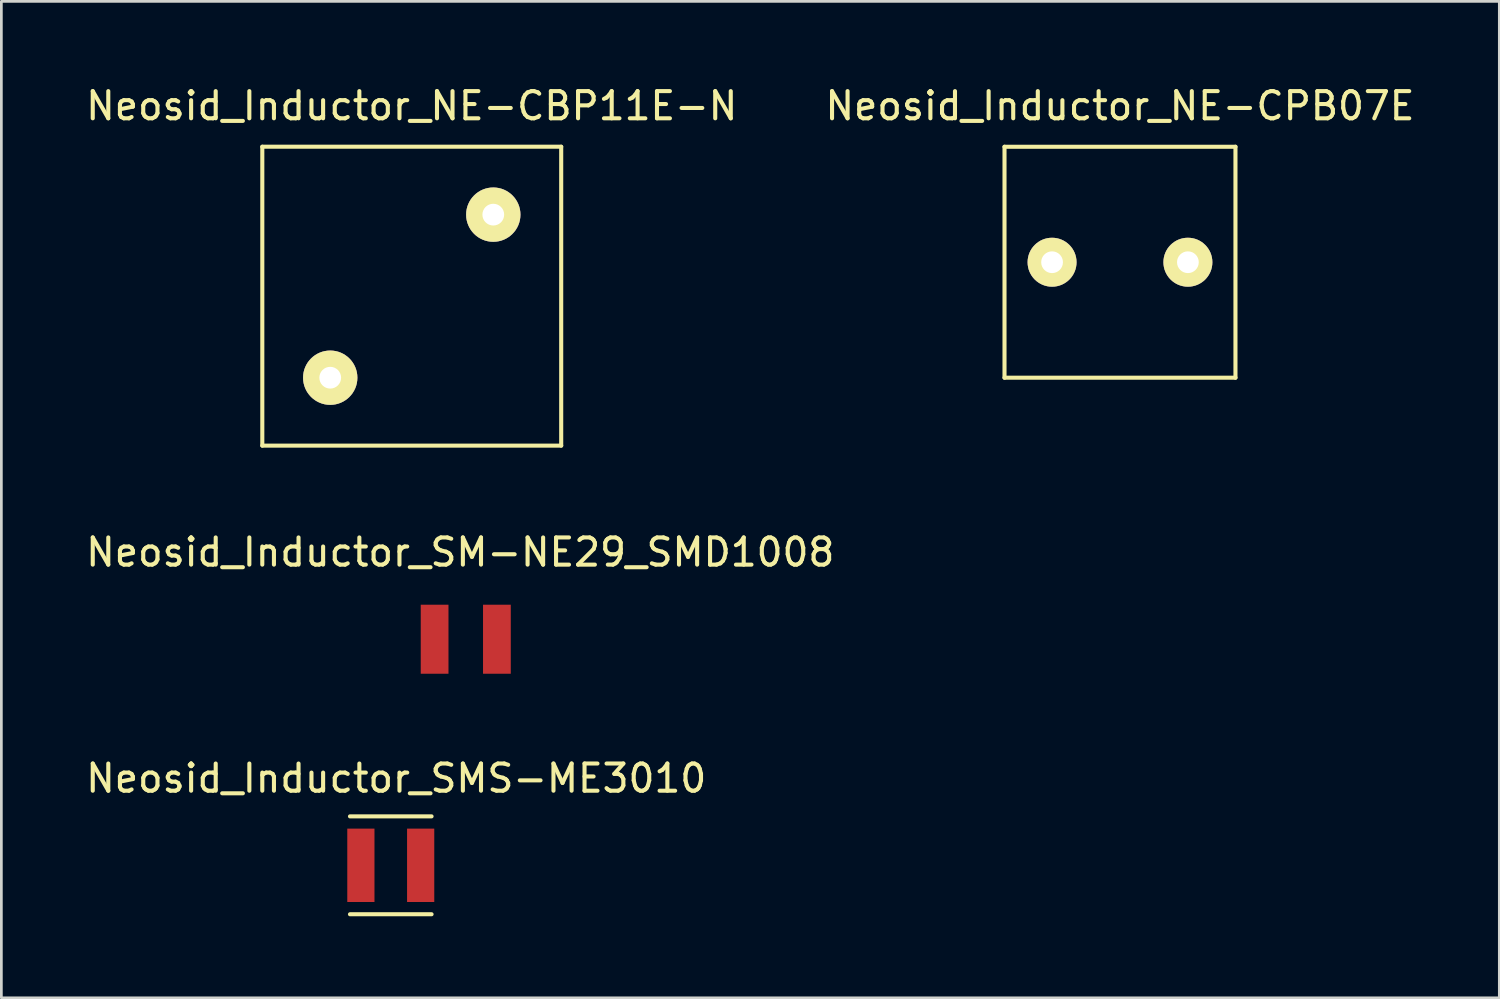
<source format=kicad_pcb>
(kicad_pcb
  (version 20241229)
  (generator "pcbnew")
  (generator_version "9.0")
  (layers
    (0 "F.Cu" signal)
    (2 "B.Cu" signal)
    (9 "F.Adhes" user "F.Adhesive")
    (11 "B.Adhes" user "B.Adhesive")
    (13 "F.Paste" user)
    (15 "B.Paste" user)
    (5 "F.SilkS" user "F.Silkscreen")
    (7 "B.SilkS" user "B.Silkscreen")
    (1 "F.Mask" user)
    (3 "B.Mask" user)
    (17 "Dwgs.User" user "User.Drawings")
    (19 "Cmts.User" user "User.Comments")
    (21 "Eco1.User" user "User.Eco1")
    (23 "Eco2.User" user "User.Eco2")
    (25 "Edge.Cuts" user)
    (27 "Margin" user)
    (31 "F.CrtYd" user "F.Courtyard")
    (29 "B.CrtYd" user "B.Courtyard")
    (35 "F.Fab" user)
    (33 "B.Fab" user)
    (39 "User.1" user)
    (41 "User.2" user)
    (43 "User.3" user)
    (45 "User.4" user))
  (footprint "Neosid_Inductor_SM-NE29_SMD1008"
    (layer "F.Cu")
    (at 14.088 20.471)
    (property "Reference" "Neosid_Inductor_SM-NE29_SMD1008" (at -0.201 -3.2 0) (layer "F.SilkS") (effects (font (size 1 1) (thickness 0.15))))
    (attr smd)
    (pad "1" smd rect (at -1.146 0) (size 1.021 2.54) (layers "F.Cu" "F.Mask" "F.Paste"))
    (pad "2" smd rect (at 1.146 0) (size 1.021 2.54) (layers "F.Cu" "F.Mask" "F.Paste")))
  (footprint "Neosid_Inductor_SMS-ME3010"
    (layer "F.Cu")
    (at 11.329 28.79)
    (property "Reference" "Neosid_Inductor_SMS-ME3010" (at 0.201 -3.2 0) (layer "F.SilkS") (effects (font (size 1 1) (thickness 0.15))))
    (attr smd)
    (fp_line (start 1.501 -1.801) (end -1.501 -1.801) (stroke (width 0.15) (type solid)) (layer "F.SilkS"))
    (fp_line (start 1.501 1.801) (end -1.501 1.801) (stroke (width 0.15) (type solid)) (layer "F.SilkS"))
    (pad "1" smd rect (at -1.1 0) (size 1.001 2.7) (layers "F.Cu" "F.Mask" "F.Paste"))
    (pad "2" smd rect (at 1.1 0) (size 1.001 2.7) (layers "F.Cu" "F.Mask" "F.Paste")))
  (footprint "Neosid_Inductor_NE-CPB07E"
    (layer "F.Cu")
    (at 38.161 6.599)
    (property "Reference" "Neosid_Inductor_NE-CPB07E" (at 0 -5.751 0) (layer "F.SilkS") (effects (font (size 1 1) (thickness 0.15))))
    (attr smd)
    (fp_line (start -4.249 -4.249) (end -4.249 4.249) (stroke (width 0.15) (type solid)) (layer "F.SilkS"))
    (fp_line (start -4.249 4.249) (end 4.249 4.249) (stroke (width 0.15) (type solid)) (layer "F.SilkS"))
    (fp_line (start 4.249 -4.249) (end -4.249 -4.249) (stroke (width 0.15) (type solid)) (layer "F.SilkS"))
    (fp_line (start 4.249 4.249) (end 4.249 -4.249) (stroke (width 0.15) (type solid)) (layer "F.SilkS"))
    (pad "1" thru_hole circle (at -2.499 0) (size 1.801 1.801) (drill 0.8) (layers "*.Cu" "*.Mask" "F.SilkS"))
    (pad "2" thru_hole circle (at 2.499 0) (size 1.801 1.801) (drill 0.8) (layers "*.Cu" "*.Mask" "F.SilkS")))
  (footprint "Neosid_Inductor_NE-CBP11E-N"
    (layer "F.Cu")
    (at 12.101 7.848)
    (property "Reference" "Neosid_Inductor_NE-CBP11E-N" (at 0 -7 0) (layer "F.SilkS") (effects (font (size 1 1) (thickness 0.15))))
    (attr through_hole)
    (fp_line (start -5.499 -5.499) (end 5.499 -5.499) (stroke (width 0.15) (type solid)) (layer "F.SilkS"))
    (fp_line (start -5.499 5.499) (end -5.499 -5.499) (stroke (width 0.15) (type solid)) (layer "F.SilkS"))
    (fp_line (start 5.499 -5.499) (end 5.499 5.499) (stroke (width 0.15) (type solid)) (layer "F.SilkS"))
    (fp_line (start 5.499 5.499) (end -5.499 5.499) (stroke (width 0.15) (type solid)) (layer "F.SilkS"))
    (pad "1" thru_hole circle (at -3 3) (size 1.999 1.999) (drill 0.8) (layers "*.Cu" "*.Mask" "F.SilkS"))
    (pad "2" thru_hole circle (at 3 -3) (size 1.999 1.999) (drill 0.8) (layers "*.Cu" "*.Mask" "F.SilkS")))
  (gr_rect
    (start -3 -3)
    (end 52.119 33.666)
    (stroke (width 0.1) (type default))
    (fill no)
    (layer "Edge.Cuts")))
</source>
